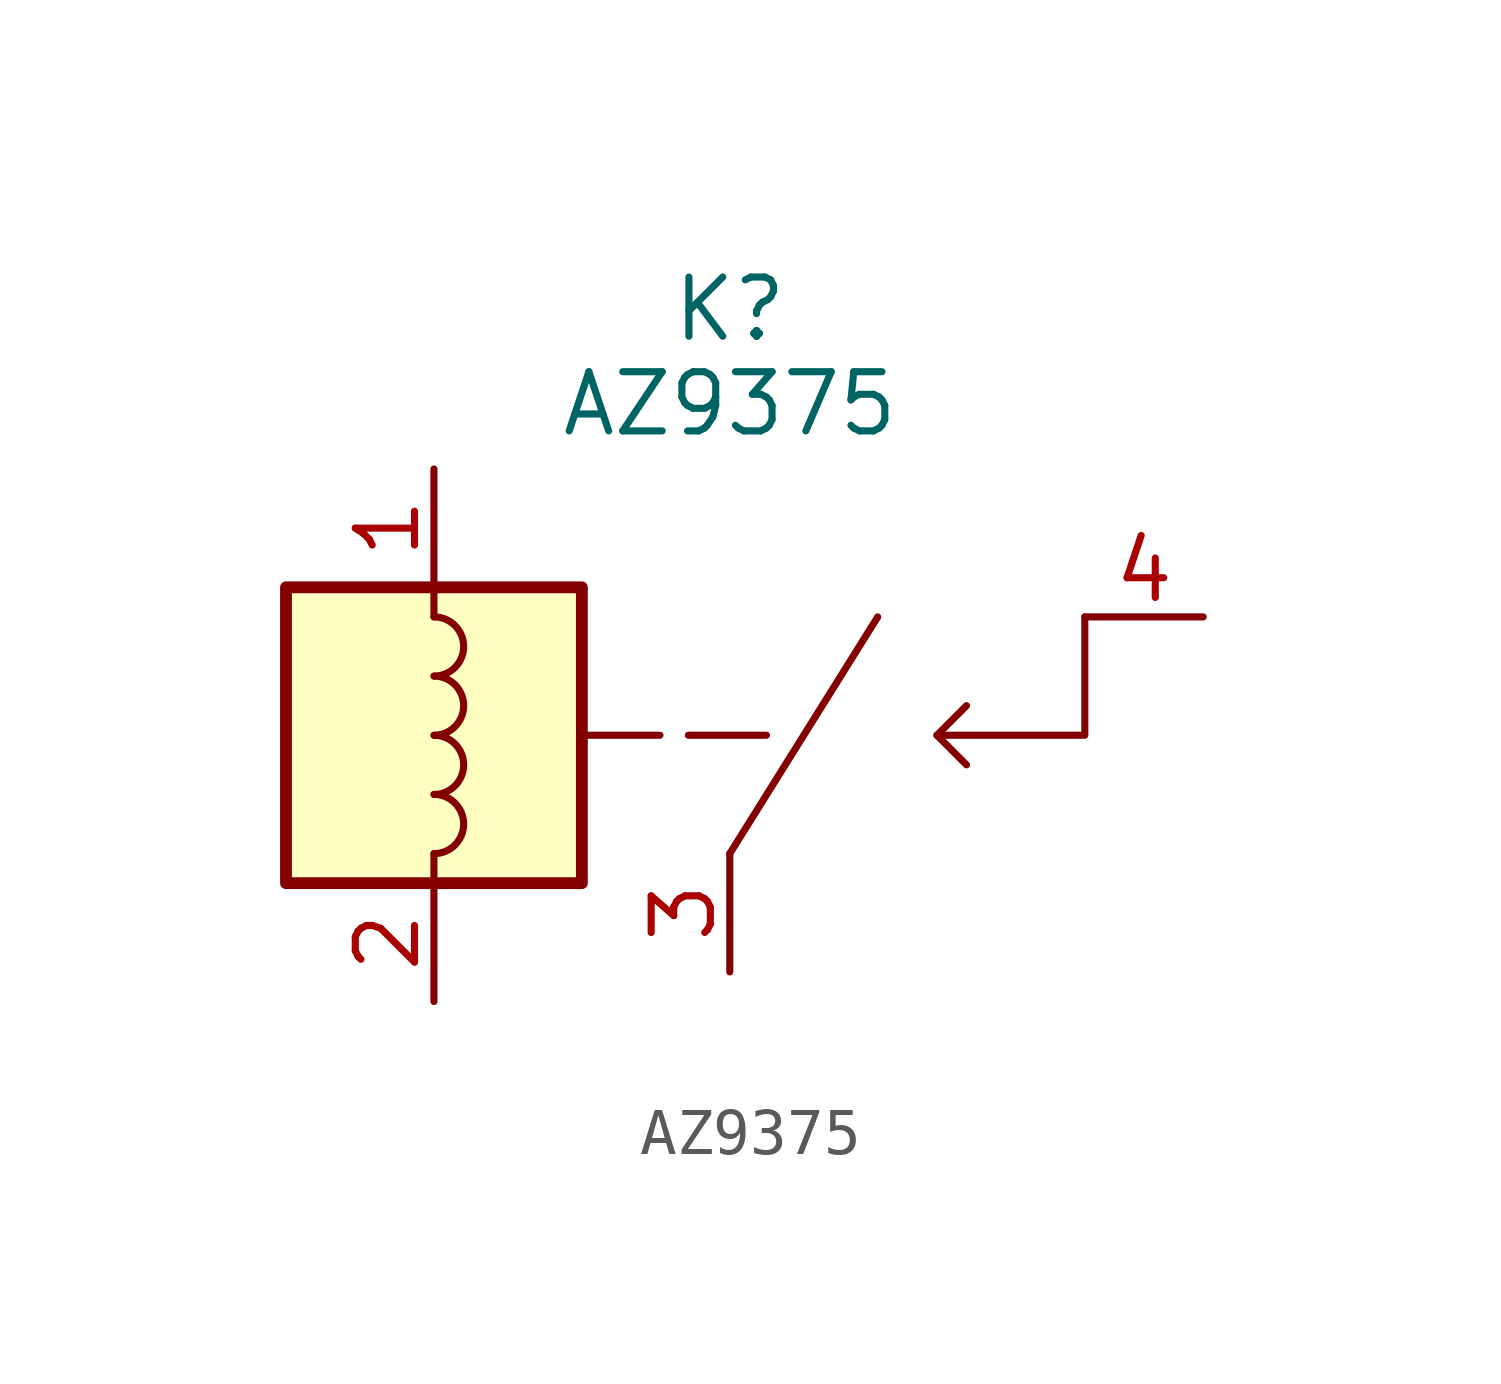
<source format=kicad_sym>
(kicad_symbol_lib
  (version 20241209)
  (generator "kicad_symbol_editor")
  (generator_version "9.0")
  (symbol "AZ9375"
    (property "Reference" "K"
      (at 0 9.144 0)
      (do_not_autoplace)
      (effects (font (size 1.27 1.27))))
    (property "Value" "AZ9375"
      (at 0 7.112 0)
      (do_not_autoplace)
      (effects (font (size 1.27 1.27))))
    (symbol "AZ9375_0_1"
      (polyline (pts (xy -6.35 3.175) (xy -6.35 2.54)) (stroke (width 0) (type default)) (fill (type none)))
      (arc (start -6.3473 2.54) (mid -5.715 1.905) (end -6.3473 1.27) (stroke (width 0) (type default)) (fill (type none)))
      (arc (start -6.3473 1.27) (mid -5.715 0.635) (end -6.3473 0) (stroke (width 0) (type default)) (fill (type none)))
      (arc (start -6.3473 0) (mid -5.715 -0.635) (end -6.3473 -1.27) (stroke (width 0) (type default)) (fill (type none)))
      (arc (start -6.3473 -1.27) (mid -5.715 -1.905) (end -6.3473 -2.54) (stroke (width 0) (type default)) (fill (type none)))
      (polyline (pts (xy -6.35 -2.54) (xy -6.35 -3.175)) (stroke (width 0) (type default)) (fill (type none)))
      (polyline (pts (xy -3.175 0) (xy 1.27 0)) (stroke (width 0) (type dash)) (fill (type none)))
      (polyline (pts (xy 4.445 0) (xy 5.08 0.635) (xy 4.445 0) (xy 5.08 -0.635)) (stroke (width 0) (type default)) (fill (type none))))
    (symbol "AZ9375_1_1"
      (rectangle (start -9.525 3.175) (end -3.175 -3.175) (stroke (width 0.254) (type solid)) (fill (type color) (color 255 255 194 1)))
      (polyline (pts (xy 0 -2.54) (xy 3.175 2.54)) (stroke (width 0) (type default)) (fill (type none)))
      (polyline (pts (xy 4.445 0) (xy 7.62 0) (xy 7.62 2.54)) (stroke (width 0) (type default)) (fill (type none)))
      (pin power_in line (at -6.35 5.715 270) (length 2.54) (name "" (effects (font (size 1.27 1.27)))) (number "1" (effects (font (size 1.27 1.27)))))
      (pin power_in line (at -6.35 -5.715 90) (length 2.54) (name "" (effects (font (size 1.27 1.27)))) (number "2" (effects (font (size 1.27 1.27)))))
      (pin power_in line (at 0 -5.08 90) (length 2.54) (name "" (effects (font (size 1.27 1.27)))) (number "3" (effects (font (size 1.27 1.27)))))
      (pin power_out line (at 10.16 2.54 180) (length 2.54) (name "" (effects (font (size 1.27 1.27)))) (number "4" (effects (font (size 1.27 1.27))))))))
</source>
